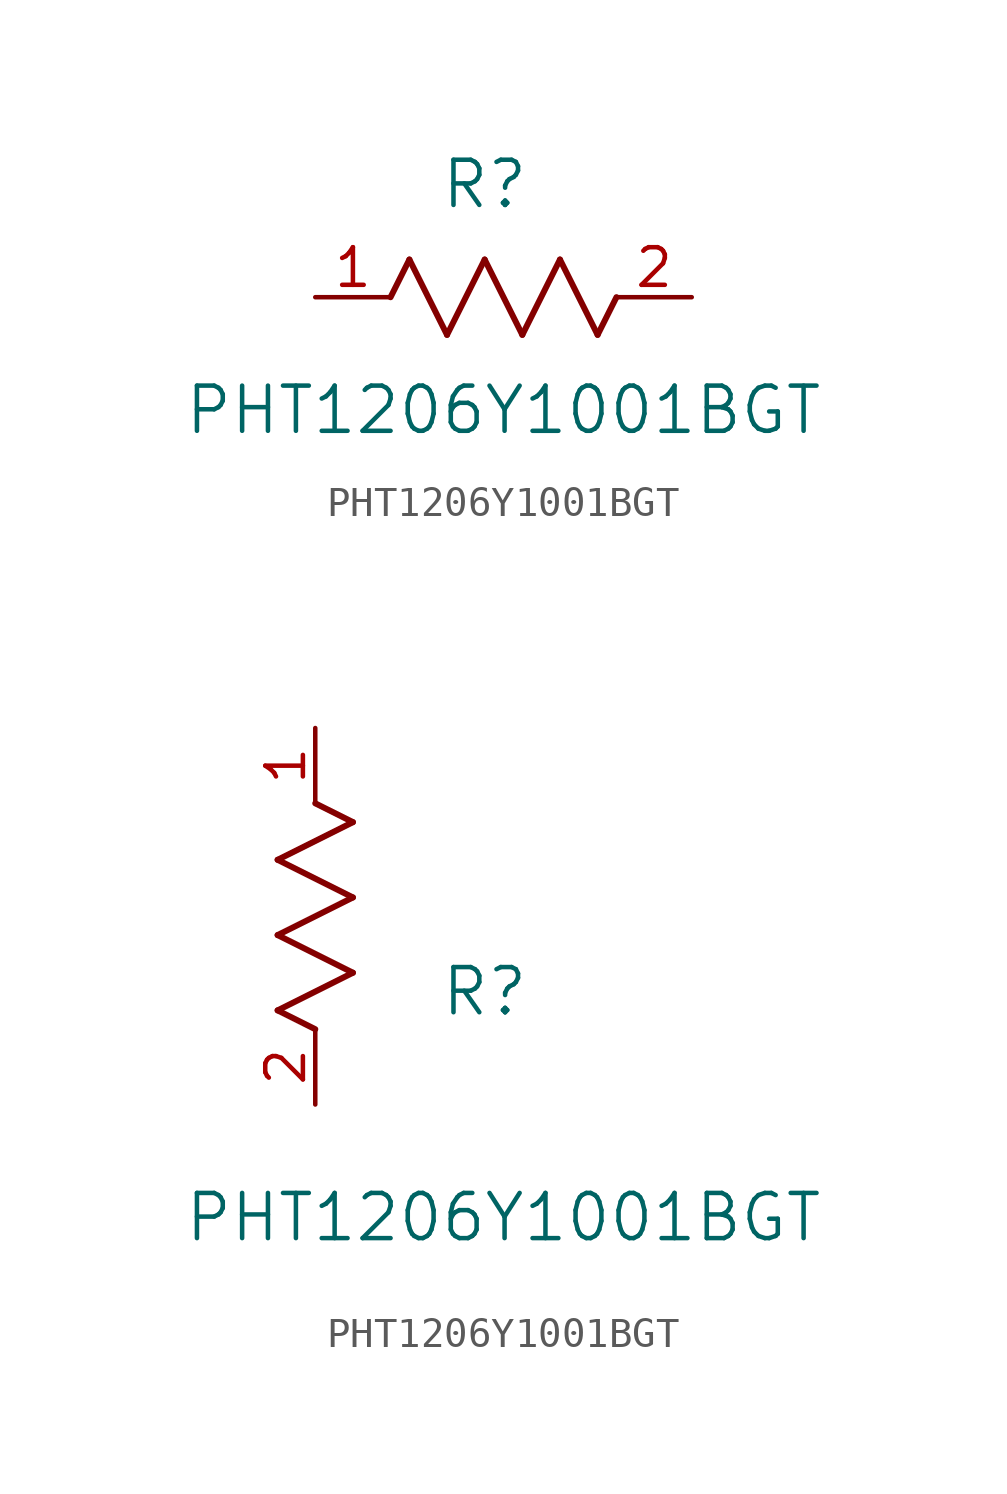
<source format=kicad_sym>
(kicad_symbol_lib
  (version 20211014)
  (generator kicad_symbol_editor)
  (symbol "PHT1206Y1001BGT"
    (pin_names
      (offset 0.254))
    (property "Reference" "R"
      (at 5.715 3.81 0)
      (effects (font (size 1.524 1.524))))
    (property "Value" "PHT1206Y1001BGT"
      (at 6.35 -3.81 0)
      (effects (font (size 1.524 1.524))))
    (symbol "PHT1206Y1001BGT_1_1"
      (polyline (pts (xy 3.175 1.27) (xy 4.445 -1.27)) (stroke (width 0.203) (type default) (color 0 0 0 0)) (fill (type none)))
      (polyline (pts (xy 4.445 -1.27) (xy 5.715 1.27)) (stroke (width 0.203) (type default) (color 0 0 0 0)) (fill (type none)))
      (polyline (pts (xy 5.715 1.27) (xy 6.985 -1.27)) (stroke (width 0.203) (type default) (color 0 0 0 0)) (fill (type none)))
      (polyline (pts (xy 6.985 -1.27) (xy 8.255 1.27)) (stroke (width 0.203) (type default) (color 0 0 0 0)) (fill (type none)))
      (polyline (pts (xy 8.255 1.27) (xy 9.525 -1.27)) (stroke (width 0.203) (type default) (color 0 0 0 0)) (fill (type none)))
      (polyline (pts (xy 2.54 0) (xy 3.175 1.27)) (stroke (width 0.203) (type default) (color 0 0 0 0)) (fill (type none)))
      (polyline (pts (xy 9.525 -1.27) (xy 10.16 0)) (stroke (width 0.203) (type default) (color 0 0 0 0)) (fill (type none)))
      (pin unspecified line (at 0 0 0) (length 2.54) (name "" (effects (font (size 1.27 1.27)))) (number "1" (effects (font (size 1.27 1.27)))))
      (pin unspecified line (at 12.7 0 180) (length 2.54) (name "" (effects (font (size 1.27 1.27)))) (number "2" (effects (font (size 1.27 1.27))))))
    (symbol "PHT1206Y1001BGT_1_2"
      (polyline (pts (xy 0 2.54) (xy -1.27 3.175)) (stroke (width 0.203) (type default) (color 0 0 0 0)) (fill (type none)))
      (polyline (pts (xy -1.27 3.175) (xy 1.27 4.445)) (stroke (width 0.203) (type default) (color 0 0 0 0)) (fill (type none)))
      (polyline (pts (xy 1.27 4.445) (xy -1.27 5.715)) (stroke (width 0.203) (type default) (color 0 0 0 0)) (fill (type none)))
      (polyline (pts (xy -1.27 5.715) (xy 1.27 6.985)) (stroke (width 0.203) (type default) (color 0 0 0 0)) (fill (type none)))
      (polyline (pts (xy -1.27 8.255) (xy 1.27 9.525)) (stroke (width 0.203) (type default) (color 0 0 0 0)) (fill (type none)))
      (polyline (pts (xy 1.27 9.525) (xy 0 10.16)) (stroke (width 0.203) (type default) (color 0 0 0 0)) (fill (type none)))
      (polyline (pts (xy 1.27 6.985) (xy -1.27 8.255)) (stroke (width 0.203) (type default) (color 0 0 0 0)) (fill (type none)))
      (pin unspecified line (at 0 12.7 270) (length 2.54) (name "" (effects (font (size 1.27 1.27)))) (number "1" (effects (font (size 1.27 1.27)))))
      (pin unspecified line (at 0 0 90) (length 2.54) (name "" (effects (font (size 1.27 1.27)))) (number "2" (effects (font (size 1.27 1.27))))))))
</source>
